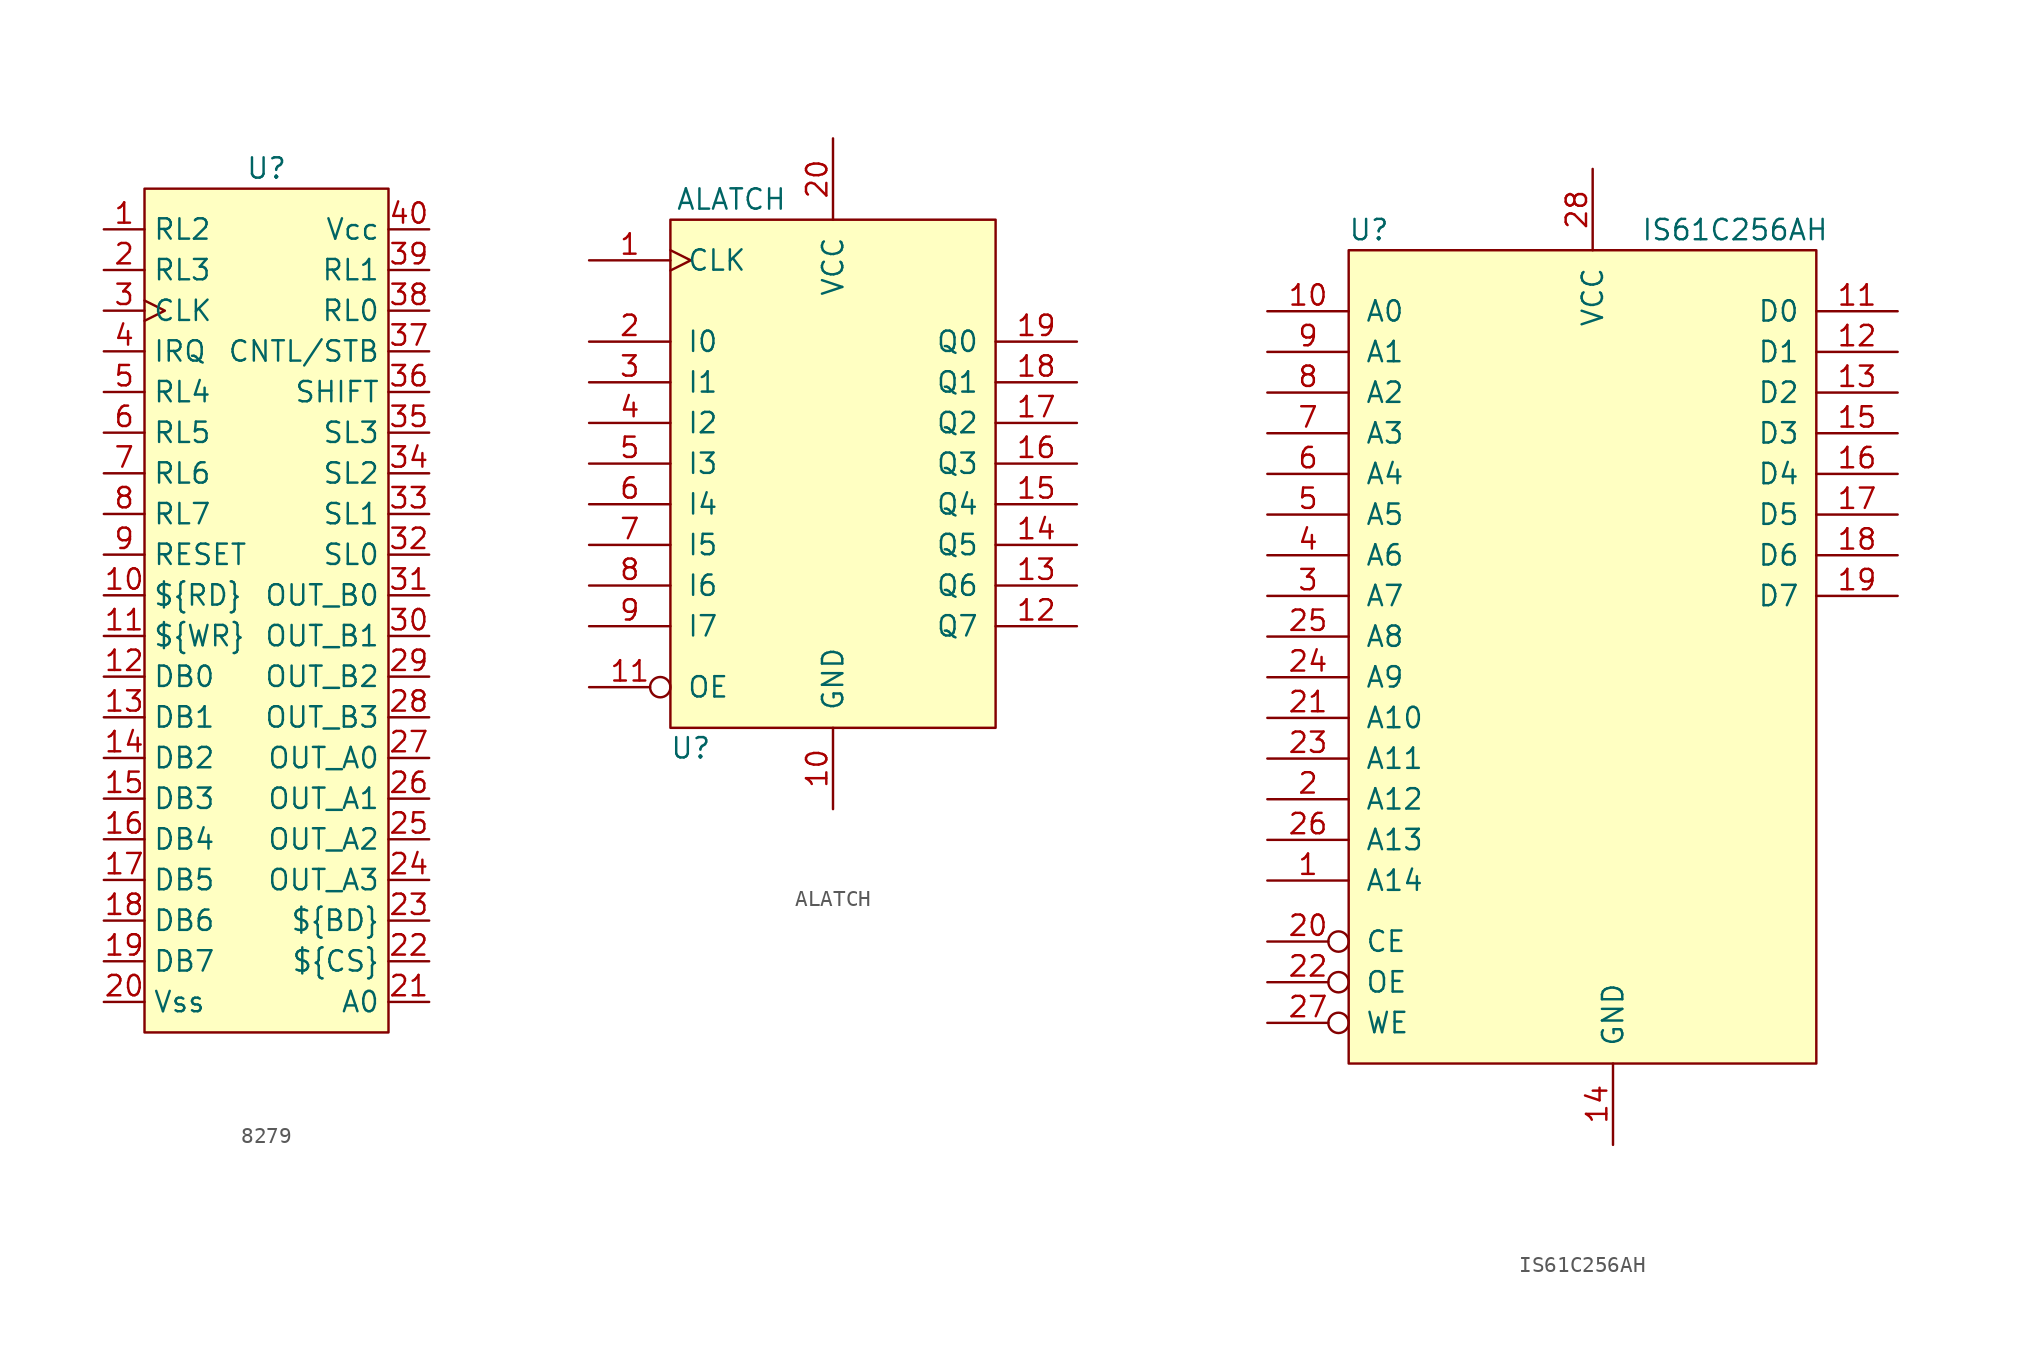
<source format=kicad_sym>
(kicad_symbol_lib
  (version 20220914)
  (generator kicad_symbol_editor)
  (symbol "8279"
    (property "Reference" "U"
      (at 0 3.81 0)
      (effects (font (size 1.27 1.27))))
    (property "Value" ""
      (at -10.16 0 0)
      (effects (font (size 1.27 1.27))))
    (symbol "8279_0_0"
      (pin input line (at -10.16 0 0) (length 2.54) (name "RL2" (effects (font (size 1.27 1.27)))) (number "1" (effects (font (size 1.27 1.27)))))
      (pin input line (at -10.16 -22.86 0) (length 2.54) (name "${RD}" (effects (font (size 1.27 1.27)))) (number "10" (effects (font (size 1.27 1.27)))))
      (pin input line (at -10.16 -25.4 0) (length 2.54) (name "${WR}" (effects (font (size 1.27 1.27)))) (number "11" (effects (font (size 1.27 1.27)))))
      (pin bidirectional line (at -10.16 -27.94 0) (length 2.54) (name "DB0" (effects (font (size 1.27 1.27)))) (number "12" (effects (font (size 1.27 1.27)))))
      (pin bidirectional line (at -10.16 -30.48 0) (length 2.54) (name "DB1" (effects (font (size 1.27 1.27)))) (number "13" (effects (font (size 1.27 1.27)))))
      (pin bidirectional line (at -10.16 -33.02 0) (length 2.54) (name "DB2" (effects (font (size 1.27 1.27)))) (number "14" (effects (font (size 1.27 1.27)))))
      (pin bidirectional line (at -10.16 -35.56 0) (length 2.54) (name "DB3" (effects (font (size 1.27 1.27)))) (number "15" (effects (font (size 1.27 1.27)))))
      (pin bidirectional line (at -10.16 -38.1 0) (length 2.54) (name "DB4" (effects (font (size 1.27 1.27)))) (number "16" (effects (font (size 1.27 1.27)))))
      (pin bidirectional line (at -10.16 -40.64 0) (length 2.54) (name "DB5" (effects (font (size 1.27 1.27)))) (number "17" (effects (font (size 1.27 1.27)))))
      (pin bidirectional line (at -10.16 -43.18 0) (length 2.54) (name "DB6" (effects (font (size 1.27 1.27)))) (number "18" (effects (font (size 1.27 1.27)))))
      (pin bidirectional line (at -10.16 -45.72 0) (length 2.54) (name "DB7" (effects (font (size 1.27 1.27)))) (number "19" (effects (font (size 1.27 1.27)))))
      (pin input line (at -10.16 -2.54 0) (length 2.54) (name "RL3" (effects (font (size 1.27 1.27)))) (number "2" (effects (font (size 1.27 1.27)))))
      (pin power_in line (at -10.16 -48.26 0) (length 2.54) (name "Vss" (effects (font (size 1.27 1.27)))) (number "20" (effects (font (size 1.27 1.27)))))
      (pin input line (at 10.16 -48.26 180) (length 2.54) (name "A0" (effects (font (size 1.27 1.27)))) (number "21" (effects (font (size 1.27 1.27)))))
      (pin input line (at 10.16 -45.72 180) (length 2.54) (name "${CS}" (effects (font (size 1.27 1.27)))) (number "22" (effects (font (size 1.27 1.27)))))
      (pin output line (at 10.16 -43.18 180) (length 2.54) (name "${BD}" (effects (font (size 1.27 1.27)))) (number "23" (effects (font (size 1.27 1.27)))))
      (pin output line (at 10.16 -40.64 180) (length 2.54) (name "OUT_A3" (effects (font (size 1.27 1.27)))) (number "24" (effects (font (size 1.27 1.27)))))
      (pin output line (at 10.16 -38.1 180) (length 2.54) (name "OUT_A2" (effects (font (size 1.27 1.27)))) (number "25" (effects (font (size 1.27 1.27)))))
      (pin output line (at 10.16 -35.56 180) (length 2.54) (name "OUT_A1" (effects (font (size 1.27 1.27)))) (number "26" (effects (font (size 1.27 1.27)))))
      (pin output line (at 10.16 -33.02 180) (length 2.54) (name "OUT_A0" (effects (font (size 1.27 1.27)))) (number "27" (effects (font (size 1.27 1.27)))))
      (pin output line (at 10.16 -30.48 180) (length 2.54) (name "OUT_B3" (effects (font (size 1.27 1.27)))) (number "28" (effects (font (size 1.27 1.27)))))
      (pin output line (at 10.16 -27.94 180) (length 2.54) (name "OUT_B2" (effects (font (size 1.27 1.27)))) (number "29" (effects (font (size 1.27 1.27)))))
      (pin input clock (at -10.16 -5.08 0) (length 2.54) (name "CLK" (effects (font (size 1.27 1.27)))) (number "3" (effects (font (size 1.27 1.27)))))
      (pin output line (at 10.16 -25.4 180) (length 2.54) (name "OUT_B1" (effects (font (size 1.27 1.27)))) (number "30" (effects (font (size 1.27 1.27)))))
      (pin output line (at 10.16 -22.86 180) (length 2.54) (name "OUT_B0" (effects (font (size 1.27 1.27)))) (number "31" (effects (font (size 1.27 1.27)))))
      (pin output line (at 10.16 -20.32 180) (length 2.54) (name "SL0" (effects (font (size 1.27 1.27)))) (number "32" (effects (font (size 1.27 1.27)))))
      (pin output line (at 10.16 -17.78 180) (length 2.54) (name "SL1" (effects (font (size 1.27 1.27)))) (number "33" (effects (font (size 1.27 1.27)))))
      (pin output line (at 10.16 -15.24 180) (length 2.54) (name "SL2" (effects (font (size 1.27 1.27)))) (number "34" (effects (font (size 1.27 1.27)))))
      (pin output line (at 10.16 -12.7 180) (length 2.54) (name "SL3" (effects (font (size 1.27 1.27)))) (number "35" (effects (font (size 1.27 1.27)))))
      (pin input line (at 10.16 -10.16 180) (length 2.54) (name "SHIFT" (effects (font (size 1.27 1.27)))) (number "36" (effects (font (size 1.27 1.27)))))
      (pin input line (at 10.16 -7.62 180) (length 2.54) (name "CNTL/STB" (effects (font (size 1.27 1.27)))) (number "37" (effects (font (size 1.27 1.27)))))
      (pin input line (at 10.16 -5.08 180) (length 2.54) (name "RL0" (effects (font (size 1.27 1.27)))) (number "38" (effects (font (size 1.27 1.27)))))
      (pin input line (at 10.16 -2.54 180) (length 2.54) (name "RL1" (effects (font (size 1.27 1.27)))) (number "39" (effects (font (size 1.27 1.27)))))
      (pin output line (at -10.16 -7.62 0) (length 2.54) (name "IRQ" (effects (font (size 1.27 1.27)))) (number "4" (effects (font (size 1.27 1.27)))))
      (pin power_in line (at 10.16 0 180) (length 2.54) (name "Vcc" (effects (font (size 1.27 1.27)))) (number "40" (effects (font (size 1.27 1.27)))))
      (pin input line (at -10.16 -10.16 0) (length 2.54) (name "RL4" (effects (font (size 1.27 1.27)))) (number "5" (effects (font (size 1.27 1.27)))))
      (pin input line (at -10.16 -12.7 0) (length 2.54) (name "RL5" (effects (font (size 1.27 1.27)))) (number "6" (effects (font (size 1.27 1.27)))))
      (pin input line (at -10.16 -15.24 0) (length 2.54) (name "RL6" (effects (font (size 1.27 1.27)))) (number "7" (effects (font (size 1.27 1.27)))))
      (pin input line (at -10.16 -17.78 0) (length 2.54) (name "RL7" (effects (font (size 1.27 1.27)))) (number "8" (effects (font (size 1.27 1.27)))))
      (pin input line (at -10.16 -20.32 0) (length 2.54) (name "RESET" (effects (font (size 1.27 1.27)))) (number "9" (effects (font (size 1.27 1.27))))))
    (symbol "8279_1_1"
      (rectangle (start -7.62 2.54) (end 7.62 -50.165) (stroke (width 0) (type default)) (fill (type background)))))
  (symbol "ALATCH"
    (pin_names
      (offset 1.016))
    (property "Reference" "U"
      (at -8.89 -17.78 0)
      (effects (font (size 1.27 1.27))))
    (property "Value" "ALATCH"
      (at -6.35 16.51 0)
      (effects (font (size 1.27 1.27))))
    (symbol "ALATCH_1_1"
      (rectangle (start -10.16 15.24) (end 10.16 -16.51) (stroke (width 0) (type solid)) (fill (type background)))
      (pin input clock (at -15.24 12.7 0) (length 5.08) (name "CLK" (effects (font (size 1.27 1.27)))) (number "1" (effects (font (size 1.27 1.27)))))
      (pin power_in line (at 0 -21.59 90) (length 5.08) (name "GND" (effects (font (size 1.27 1.27)))) (number "10" (effects (font (size 1.27 1.27)))))
      (pin input inverted (at -15.24 -13.97 0) (length 5.08) (name "OE" (effects (font (size 1.27 1.27)))) (number "11" (effects (font (size 1.27 1.27)))))
      (pin tri_state line (at 15.24 -10.16 180) (length 5.08) (name "Q7" (effects (font (size 1.27 1.27)))) (number "12" (effects (font (size 1.27 1.27)))))
      (pin tri_state line (at 15.24 -7.62 180) (length 5.08) (name "Q6" (effects (font (size 1.27 1.27)))) (number "13" (effects (font (size 1.27 1.27)))))
      (pin tri_state line (at 15.24 -5.08 180) (length 5.08) (name "Q5" (effects (font (size 1.27 1.27)))) (number "14" (effects (font (size 1.27 1.27)))))
      (pin tri_state line (at 15.24 -2.54 180) (length 5.08) (name "Q4" (effects (font (size 1.27 1.27)))) (number "15" (effects (font (size 1.27 1.27)))))
      (pin tri_state line (at 15.24 0 180) (length 5.08) (name "Q3" (effects (font (size 1.27 1.27)))) (number "16" (effects (font (size 1.27 1.27)))))
      (pin tri_state line (at 15.24 2.54 180) (length 5.08) (name "Q2" (effects (font (size 1.27 1.27)))) (number "17" (effects (font (size 1.27 1.27)))))
      (pin tri_state line (at 15.24 5.08 180) (length 5.08) (name "Q1" (effects (font (size 1.27 1.27)))) (number "18" (effects (font (size 1.27 1.27)))))
      (pin tri_state line (at 15.24 7.62 180) (length 5.08) (name "Q0" (effects (font (size 1.27 1.27)))) (number "19" (effects (font (size 1.27 1.27)))))
      (pin input line (at -15.24 7.62 0) (length 5.08) (name "I0" (effects (font (size 1.27 1.27)))) (number "2" (effects (font (size 1.27 1.27)))))
      (pin power_in line (at 0 20.32 270) (length 5.08) (name "VCC" (effects (font (size 1.27 1.27)))) (number "20" (effects (font (size 1.27 1.27)))))
      (pin input line (at -15.24 5.08 0) (length 5.08) (name "I1" (effects (font (size 1.27 1.27)))) (number "3" (effects (font (size 1.27 1.27)))))
      (pin input line (at -15.24 2.54 0) (length 5.08) (name "I2" (effects (font (size 1.27 1.27)))) (number "4" (effects (font (size 1.27 1.27)))))
      (pin input line (at -15.24 0 0) (length 5.08) (name "I3" (effects (font (size 1.27 1.27)))) (number "5" (effects (font (size 1.27 1.27)))))
      (pin input line (at -15.24 -2.54 0) (length 5.08) (name "I4" (effects (font (size 1.27 1.27)))) (number "6" (effects (font (size 1.27 1.27)))))
      (pin input line (at -15.24 -5.08 0) (length 5.08) (name "I5" (effects (font (size 1.27 1.27)))) (number "7" (effects (font (size 1.27 1.27)))))
      (pin input line (at -15.24 -7.62 0) (length 5.08) (name "I6" (effects (font (size 1.27 1.27)))) (number "8" (effects (font (size 1.27 1.27)))))
      (pin input line (at -15.24 -10.16 0) (length 5.08) (name "I7" (effects (font (size 1.27 1.27)))) (number "9" (effects (font (size 1.27 1.27)))))))
  (symbol "IS61C256AH"
    (pin_names
      (offset 1.016))
    (property "Reference" "U"
      (at -13.97 22.86 0)
      (effects (font (size 1.27 1.27))))
    (property "Value" "IS61C256AH"
      (at 8.89 22.86 0)
      (effects (font (size 1.27 1.27))))
    (symbol "IS61C256AH_1_1"
      (rectangle (start -15.24 21.59) (end 13.97 -29.21) (stroke (width 0) (type solid)) (fill (type background)))
      (pin input line (at -20.32 -17.78 0) (length 5.08) (name "A14" (effects (font (size 1.27 1.27)))) (number "1" (effects (font (size 1.27 1.27)))))
      (pin input line (at -20.32 17.78 0) (length 5.08) (name "A0" (effects (font (size 1.27 1.27)))) (number "10" (effects (font (size 1.27 1.27)))))
      (pin bidirectional line (at 19.05 17.78 180) (length 5.08) (name "D0" (effects (font (size 1.27 1.27)))) (number "11" (effects (font (size 1.27 1.27)))))
      (pin bidirectional line (at 19.05 15.24 180) (length 5.08) (name "D1" (effects (font (size 1.27 1.27)))) (number "12" (effects (font (size 1.27 1.27)))))
      (pin bidirectional line (at 19.05 12.7 180) (length 5.08) (name "D2" (effects (font (size 1.27 1.27)))) (number "13" (effects (font (size 1.27 1.27)))))
      (pin power_in line (at 1.27 -34.29 90) (length 5.08) (name "GND" (effects (font (size 1.27 1.27)))) (number "14" (effects (font (size 1.27 1.27)))))
      (pin bidirectional line (at 19.05 10.16 180) (length 5.08) (name "D3" (effects (font (size 1.27 1.27)))) (number "15" (effects (font (size 1.27 1.27)))))
      (pin bidirectional line (at 19.05 7.62 180) (length 5.08) (name "D4" (effects (font (size 1.27 1.27)))) (number "16" (effects (font (size 1.27 1.27)))))
      (pin bidirectional line (at 19.05 5.08 180) (length 5.08) (name "D5" (effects (font (size 1.27 1.27)))) (number "17" (effects (font (size 1.27 1.27)))))
      (pin bidirectional line (at 19.05 2.54 180) (length 5.08) (name "D6" (effects (font (size 1.27 1.27)))) (number "18" (effects (font (size 1.27 1.27)))))
      (pin bidirectional line (at 19.05 0 180) (length 5.08) (name "D7" (effects (font (size 1.27 1.27)))) (number "19" (effects (font (size 1.27 1.27)))))
      (pin input line (at -20.32 -12.7 0) (length 5.08) (name "A12" (effects (font (size 1.27 1.27)))) (number "2" (effects (font (size 1.27 1.27)))))
      (pin input inverted (at -20.32 -21.59 0) (length 5.08) (name "CE" (effects (font (size 1.27 1.27)))) (number "20" (effects (font (size 1.27 1.27)))))
      (pin input line (at -20.32 -7.62 0) (length 5.08) (name "A10" (effects (font (size 1.27 1.27)))) (number "21" (effects (font (size 1.27 1.27)))))
      (pin input inverted (at -20.32 -24.13 0) (length 5.08) (name "OE" (effects (font (size 1.27 1.27)))) (number "22" (effects (font (size 1.27 1.27)))))
      (pin input line (at -20.32 -10.16 0) (length 5.08) (name "A11" (effects (font (size 1.27 1.27)))) (number "23" (effects (font (size 1.27 1.27)))))
      (pin input line (at -20.32 -5.08 0) (length 5.08) (name "A9" (effects (font (size 1.27 1.27)))) (number "24" (effects (font (size 1.27 1.27)))))
      (pin input line (at -20.32 -2.54 0) (length 5.08) (name "A8" (effects (font (size 1.27 1.27)))) (number "25" (effects (font (size 1.27 1.27)))))
      (pin input line (at -20.32 -15.24 0) (length 5.08) (name "A13" (effects (font (size 1.27 1.27)))) (number "26" (effects (font (size 1.27 1.27)))))
      (pin input inverted (at -20.32 -26.67 0) (length 5.08) (name "WE" (effects (font (size 1.27 1.27)))) (number "27" (effects (font (size 1.27 1.27)))))
      (pin power_in line (at 0 26.67 270) (length 5.08) (name "VCC" (effects (font (size 1.27 1.27)))) (number "28" (effects (font (size 1.27 1.27)))))
      (pin input line (at -20.32 0 0) (length 5.08) (name "A7" (effects (font (size 1.27 1.27)))) (number "3" (effects (font (size 1.27 1.27)))))
      (pin input line (at -20.32 2.54 0) (length 5.08) (name "A6" (effects (font (size 1.27 1.27)))) (number "4" (effects (font (size 1.27 1.27)))))
      (pin input line (at -20.32 5.08 0) (length 5.08) (name "A5" (effects (font (size 1.27 1.27)))) (number "5" (effects (font (size 1.27 1.27)))))
      (pin input line (at -20.32 7.62 0) (length 5.08) (name "A4" (effects (font (size 1.27 1.27)))) (number "6" (effects (font (size 1.27 1.27)))))
      (pin input line (at -20.32 10.16 0) (length 5.08) (name "A3" (effects (font (size 1.27 1.27)))) (number "7" (effects (font (size 1.27 1.27)))))
      (pin input line (at -20.32 12.7 0) (length 5.08) (name "A2" (effects (font (size 1.27 1.27)))) (number "8" (effects (font (size 1.27 1.27)))))
      (pin input line (at -20.32 15.24 0) (length 5.08) (name "A1" (effects (font (size 1.27 1.27)))) (number "9" (effects (font (size 1.27 1.27))))))))
</source>
